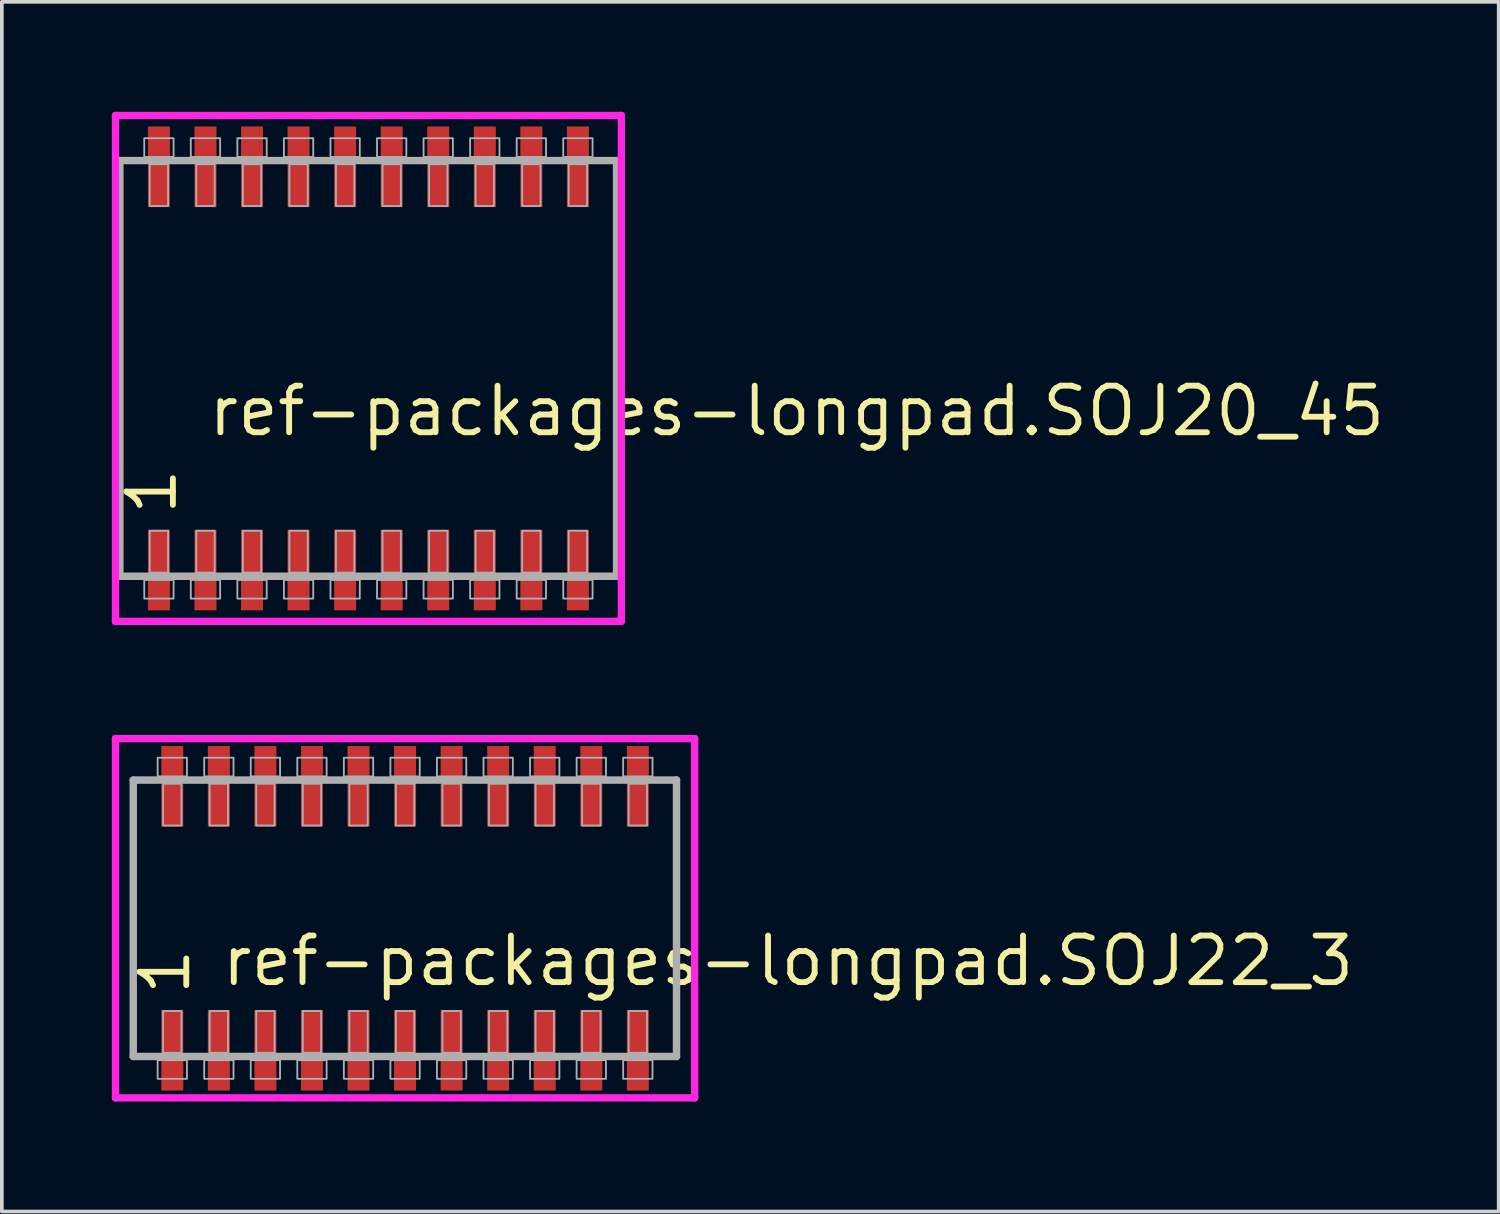
<source format=kicad_pcb>
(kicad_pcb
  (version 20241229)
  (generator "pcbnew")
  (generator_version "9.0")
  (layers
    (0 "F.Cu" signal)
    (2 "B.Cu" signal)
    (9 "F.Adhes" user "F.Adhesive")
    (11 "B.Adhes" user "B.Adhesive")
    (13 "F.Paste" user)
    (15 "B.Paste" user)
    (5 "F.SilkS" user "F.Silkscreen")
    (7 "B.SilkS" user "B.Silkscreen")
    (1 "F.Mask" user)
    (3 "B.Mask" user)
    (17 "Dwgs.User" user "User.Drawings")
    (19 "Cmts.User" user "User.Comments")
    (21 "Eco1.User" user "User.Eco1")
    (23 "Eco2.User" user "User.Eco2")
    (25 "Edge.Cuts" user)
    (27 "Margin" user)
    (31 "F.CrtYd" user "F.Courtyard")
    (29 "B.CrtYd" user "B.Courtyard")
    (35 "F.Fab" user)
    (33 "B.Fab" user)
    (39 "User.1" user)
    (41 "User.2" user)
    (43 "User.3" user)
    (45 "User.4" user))
  (footprint "ref-packages-longpad.SOJ22_3"
    (layer "F.Cu")
    (at 8 22)
    (property "Reference" "ref-packages-longpad.SOJ22_3" (at -5.08 1.905 0) (layer "F.SilkS") (effects (font (size 1.27 1.27) (thickness 0.16)) (justify left bottom)))
    (attr smd)
    (fp_line (start -7.9 -4.9) (end 7.9 -4.9) (stroke (width 0.2) (type default)) (layer "F.CrtYd"))
    (fp_line (start -7.9 4.9) (end -7.9 -4.9) (stroke (width 0.2) (type default)) (layer "F.CrtYd"))
    (fp_line (start 7.9 -4.9) (end 7.9 4.9) (stroke (width 0.2) (type default)) (layer "F.CrtYd"))
    (fp_line (start 7.9 4.9) (end -7.9 4.9) (stroke (width 0.2) (type default)) (layer "F.CrtYd"))
    (fp_line (start -7.415 -3.77) (end 7.405 -3.77) (stroke (width 0.203) (type default)) (layer "F.Fab"))
    (fp_line (start -7.415 3.77) (end -7.415 -3.77) (stroke (width 0.203) (type default)) (layer "F.Fab"))
    (fp_line (start 7.405 -3.77) (end 7.405 3.77) (stroke (width 0.203) (type default)) (layer "F.Fab"))
    (fp_line (start 7.405 3.77) (end -7.415 3.77) (stroke (width 0.203) (type default)) (layer "F.Fab"))
    (fp_rect (start -6.75 -3.87) (end -5.95 -4.38) (stroke (width 0.05) (type default)) (fill no) (layer "F.Fab"))
    (fp_rect (start -6.75 4.38) (end -5.95 3.87) (stroke (width 0.05) (type default)) (fill no) (layer "F.Fab"))
    (fp_rect (start -6.6 -2.53) (end -6.1 -3.67) (stroke (width 0.05) (type default)) (fill no) (layer "F.Fab"))
    (fp_rect (start -6.6 3.67) (end -6.1 2.53) (stroke (width 0.05) (type default)) (fill no) (layer "F.Fab"))
    (fp_rect (start -5.48 -3.87) (end -4.68 -4.38) (stroke (width 0.05) (type default)) (fill no) (layer "F.Fab"))
    (fp_rect (start -5.48 4.38) (end -4.68 3.87) (stroke (width 0.05) (type default)) (fill no) (layer "F.Fab"))
    (fp_rect (start -5.33 -2.53) (end -4.83 -3.67) (stroke (width 0.05) (type default)) (fill no) (layer "F.Fab"))
    (fp_rect (start -5.33 3.67) (end -4.83 2.53) (stroke (width 0.05) (type default)) (fill no) (layer "F.Fab"))
    (fp_rect (start -4.21 -3.87) (end -3.41 -4.38) (stroke (width 0.05) (type default)) (fill no) (layer "F.Fab"))
    (fp_rect (start -4.21 4.38) (end -3.41 3.87) (stroke (width 0.05) (type default)) (fill no) (layer "F.Fab"))
    (fp_rect (start -4.06 -2.53) (end -3.56 -3.67) (stroke (width 0.05) (type default)) (fill no) (layer "F.Fab"))
    (fp_rect (start -4.06 3.67) (end -3.56 2.53) (stroke (width 0.05) (type default)) (fill no) (layer "F.Fab"))
    (fp_rect (start -2.94 -3.87) (end -2.14 -4.38) (stroke (width 0.05) (type default)) (fill no) (layer "F.Fab"))
    (fp_rect (start -2.94 4.38) (end -2.14 3.87) (stroke (width 0.05) (type default)) (fill no) (layer "F.Fab"))
    (fp_rect (start -2.79 -2.53) (end -2.29 -3.67) (stroke (width 0.05) (type default)) (fill no) (layer "F.Fab"))
    (fp_rect (start -2.79 3.67) (end -2.29 2.53) (stroke (width 0.05) (type default)) (fill no) (layer "F.Fab"))
    (fp_rect (start -1.67 -3.87) (end -0.87 -4.38) (stroke (width 0.05) (type default)) (fill no) (layer "F.Fab"))
    (fp_rect (start -1.67 4.38) (end -0.87 3.87) (stroke (width 0.05) (type default)) (fill no) (layer "F.Fab"))
    (fp_rect (start -1.52 -2.53) (end -1.02 -3.67) (stroke (width 0.05) (type default)) (fill no) (layer "F.Fab"))
    (fp_rect (start -1.52 3.67) (end -1.02 2.53) (stroke (width 0.05) (type default)) (fill no) (layer "F.Fab"))
    (fp_rect (start -0.4 -3.87) (end 0.4 -4.38) (stroke (width 0.05) (type default)) (fill no) (layer "F.Fab"))
    (fp_rect (start -0.4 4.38) (end 0.4 3.87) (stroke (width 0.05) (type default)) (fill no) (layer "F.Fab"))
    (fp_rect (start -0.25 -2.53) (end 0.25 -3.67) (stroke (width 0.05) (type default)) (fill no) (layer "F.Fab"))
    (fp_rect (start -0.25 3.67) (end 0.25 2.53) (stroke (width 0.05) (type default)) (fill no) (layer "F.Fab"))
    (fp_rect (start 0.87 -3.87) (end 1.67 -4.38) (stroke (width 0.05) (type default)) (fill no) (layer "F.Fab"))
    (fp_rect (start 0.87 4.38) (end 1.67 3.87) (stroke (width 0.05) (type default)) (fill no) (layer "F.Fab"))
    (fp_rect (start 1.02 -2.53) (end 1.52 -3.67) (stroke (width 0.05) (type default)) (fill no) (layer "F.Fab"))
    (fp_rect (start 1.02 3.67) (end 1.52 2.53) (stroke (width 0.05) (type default)) (fill no) (layer "F.Fab"))
    (fp_rect (start 2.14 -3.87) (end 2.94 -4.38) (stroke (width 0.05) (type default)) (fill no) (layer "F.Fab"))
    (fp_rect (start 2.14 4.38) (end 2.94 3.87) (stroke (width 0.05) (type default)) (fill no) (layer "F.Fab"))
    (fp_rect (start 2.29 -2.53) (end 2.79 -3.67) (stroke (width 0.05) (type default)) (fill no) (layer "F.Fab"))
    (fp_rect (start 2.29 3.67) (end 2.79 2.53) (stroke (width 0.05) (type default)) (fill no) (layer "F.Fab"))
    (fp_rect (start 3.41 -3.87) (end 4.21 -4.38) (stroke (width 0.05) (type default)) (fill no) (layer "F.Fab"))
    (fp_rect (start 3.41 4.38) (end 4.21 3.87) (stroke (width 0.05) (type default)) (fill no) (layer "F.Fab"))
    (fp_rect (start 3.56 -2.53) (end 4.06 -3.67) (stroke (width 0.05) (type default)) (fill no) (layer "F.Fab"))
    (fp_rect (start 3.56 3.67) (end 4.06 2.53) (stroke (width 0.05) (type default)) (fill no) (layer "F.Fab"))
    (fp_rect (start 4.68 -3.87) (end 5.48 -4.38) (stroke (width 0.05) (type default)) (fill no) (layer "F.Fab"))
    (fp_rect (start 4.68 4.38) (end 5.48 3.87) (stroke (width 0.05) (type default)) (fill no) (layer "F.Fab"))
    (fp_rect (start 4.83 -2.53) (end 5.33 -3.67) (stroke (width 0.05) (type default)) (fill no) (layer "F.Fab"))
    (fp_rect (start 4.83 3.67) (end 5.33 2.53) (stroke (width 0.05) (type default)) (fill no) (layer "F.Fab"))
    (fp_rect (start 5.95 -3.87) (end 6.75 -4.38) (stroke (width 0.05) (type default)) (fill no) (layer "F.Fab"))
    (fp_rect (start 5.95 4.38) (end 6.75 3.87) (stroke (width 0.05) (type default)) (fill no) (layer "F.Fab"))
    (fp_rect (start 6.1 -2.53) (end 6.6 -3.67) (stroke (width 0.05) (type default)) (fill no) (layer "F.Fab"))
    (fp_rect (start 6.1 3.67) (end 6.6 2.53) (stroke (width 0.05) (type default)) (fill no) (layer "F.Fab"))
    (fp_text user "1" (at -5.805 2.17 90) (layer "F.SilkS") (effects (font (size 1.27 1.27) (thickness 0.16)) (justify left bottom)))
    (pad "1" smd roundrect (at -6.35 3.6) (size 0.6 2.2) (layers "F.Cu" "F.Mask" "F.Paste") (roundrect_rratio 0.01))
    (pad "2" smd roundrect (at -5.08 3.6) (size 0.6 2.2) (layers "F.Cu" "F.Mask" "F.Paste") (roundrect_rratio 0.01))
    (pad "3" smd roundrect (at -3.81 3.6) (size 0.6 2.2) (layers "F.Cu" "F.Mask" "F.Paste") (roundrect_rratio 0.01))
    (pad "4" smd roundrect (at -2.54 3.6) (size 0.6 2.2) (layers "F.Cu" "F.Mask" "F.Paste") (roundrect_rratio 0.01))
    (pad "5" smd roundrect (at -1.27 3.6) (size 0.6 2.2) (layers "F.Cu" "F.Mask" "F.Paste") (roundrect_rratio 0.01))
    (pad "6" smd roundrect (at 0 3.6) (size 0.6 2.2) (layers "F.Cu" "F.Mask" "F.Paste") (roundrect_rratio 0.01))
    (pad "7" smd roundrect (at 1.27 3.6) (size 0.6 2.2) (layers "F.Cu" "F.Mask" "F.Paste") (roundrect_rratio 0.01))
    (pad "8" smd roundrect (at 2.54 3.6) (size 0.6 2.2) (layers "F.Cu" "F.Mask" "F.Paste") (roundrect_rratio 0.01))
    (pad "9" smd roundrect (at 3.81 3.6) (size 0.6 2.2) (layers "F.Cu" "F.Mask" "F.Paste") (roundrect_rratio 0.01))
    (pad "10" smd roundrect (at 5.08 3.6) (size 0.6 2.2) (layers "F.Cu" "F.Mask" "F.Paste") (roundrect_rratio 0.01))
    (pad "11" smd roundrect (at 6.35 3.6) (size 0.6 2.2) (layers "F.Cu" "F.Mask" "F.Paste") (roundrect_rratio 0.01))
    (pad "12" smd roundrect (at 6.35 -3.6) (size 0.6 2.2) (layers "F.Cu" "F.Mask" "F.Paste") (roundrect_rratio 0.01))
    (pad "13" smd roundrect (at 5.08 -3.6) (size 0.6 2.2) (layers "F.Cu" "F.Mask" "F.Paste") (roundrect_rratio 0.01))
    (pad "14" smd roundrect (at 3.81 -3.6) (size 0.6 2.2) (layers "F.Cu" "F.Mask" "F.Paste") (roundrect_rratio 0.01))
    (pad "15" smd roundrect (at 2.54 -3.6) (size 0.6 2.2) (layers "F.Cu" "F.Mask" "F.Paste") (roundrect_rratio 0.01))
    (pad "16" smd roundrect (at 1.27 -3.6) (size 0.6 2.2) (layers "F.Cu" "F.Mask" "F.Paste") (roundrect_rratio 0.01))
    (pad "17" smd roundrect (at 0 -3.6) (size 0.6 2.2) (layers "F.Cu" "F.Mask" "F.Paste") (roundrect_rratio 0.01))
    (pad "18" smd roundrect (at -1.27 -3.6) (size 0.6 2.2) (layers "F.Cu" "F.Mask" "F.Paste") (roundrect_rratio 0.01))
    (pad "19" smd roundrect (at -2.54 -3.6) (size 0.6 2.2) (layers "F.Cu" "F.Mask" "F.Paste") (roundrect_rratio 0.01))
    (pad "20" smd roundrect (at -3.81 -3.6) (size 0.6 2.2) (layers "F.Cu" "F.Mask" "F.Paste") (roundrect_rratio 0.01))
    (pad "21" smd roundrect (at -5.08 -3.6) (size 0.6 2.2) (layers "F.Cu" "F.Mask" "F.Paste") (roundrect_rratio 0.01))
    (pad "22" smd roundrect (at -6.35 -3.6) (size 0.6 2.2) (layers "F.Cu" "F.Mask" "F.Paste") (roundrect_rratio 0.01)))
  (footprint "ref-packages-longpad.SOJ20_45"
    (layer "F.Cu")
    (at 7 7)
    (property "Reference" "ref-packages-longpad.SOJ20_45" (at -4.445 1.905 0) (layer "F.SilkS") (effects (font (size 1.27 1.27) (thickness 0.16)) (justify left bottom)))
    (attr smd)
    (fp_line (start -6.9 -6.9) (end 6.9 -6.9) (stroke (width 0.2) (type default)) (layer "F.CrtYd"))
    (fp_line (start -6.9 6.9) (end -6.9 -6.9) (stroke (width 0.2) (type default)) (layer "F.CrtYd"))
    (fp_line (start 6.9 -6.9) (end 6.9 6.9) (stroke (width 0.2) (type default)) (layer "F.CrtYd"))
    (fp_line (start 6.9 6.9) (end -6.9 6.9) (stroke (width 0.2) (type default)) (layer "F.CrtYd"))
    (fp_line (start -6.78 -5.67) (end 6.77 -5.67) (stroke (width 0.203) (type default)) (layer "F.Fab"))
    (fp_line (start -6.78 5.67) (end -6.78 -5.67) (stroke (width 0.203) (type default)) (layer "F.Fab"))
    (fp_line (start 6.77 -5.67) (end 6.77 5.67) (stroke (width 0.203) (type default)) (layer "F.Fab"))
    (fp_line (start 6.77 5.67) (end -6.78 5.67) (stroke (width 0.203) (type default)) (layer "F.Fab"))
    (fp_rect (start -6.115 -5.77) (end -5.315 -6.28) (stroke (width 0.05) (type default)) (fill no) (layer "F.Fab"))
    (fp_rect (start -6.115 6.28) (end -5.315 5.77) (stroke (width 0.05) (type default)) (fill no) (layer "F.Fab"))
    (fp_rect (start -5.965 -4.43) (end -5.465 -5.57) (stroke (width 0.05) (type default)) (fill no) (layer "F.Fab"))
    (fp_rect (start -5.965 5.57) (end -5.465 4.43) (stroke (width 0.05) (type default)) (fill no) (layer "F.Fab"))
    (fp_rect (start -4.845 -5.77) (end -4.045 -6.28) (stroke (width 0.05) (type default)) (fill no) (layer "F.Fab"))
    (fp_rect (start -4.845 6.28) (end -4.045 5.77) (stroke (width 0.05) (type default)) (fill no) (layer "F.Fab"))
    (fp_rect (start -4.695 -4.43) (end -4.195 -5.57) (stroke (width 0.05) (type default)) (fill no) (layer "F.Fab"))
    (fp_rect (start -4.695 5.57) (end -4.195 4.43) (stroke (width 0.05) (type default)) (fill no) (layer "F.Fab"))
    (fp_rect (start -3.575 -5.77) (end -2.775 -6.28) (stroke (width 0.05) (type default)) (fill no) (layer "F.Fab"))
    (fp_rect (start -3.575 6.28) (end -2.775 5.77) (stroke (width 0.05) (type default)) (fill no) (layer "F.Fab"))
    (fp_rect (start -3.425 -4.43) (end -2.925 -5.57) (stroke (width 0.05) (type default)) (fill no) (layer "F.Fab"))
    (fp_rect (start -3.425 5.57) (end -2.925 4.43) (stroke (width 0.05) (type default)) (fill no) (layer "F.Fab"))
    (fp_rect (start -2.305 -5.77) (end -1.505 -6.28) (stroke (width 0.05) (type default)) (fill no) (layer "F.Fab"))
    (fp_rect (start -2.305 6.28) (end -1.505 5.77) (stroke (width 0.05) (type default)) (fill no) (layer "F.Fab"))
    (fp_rect (start -2.155 -4.43) (end -1.655 -5.57) (stroke (width 0.05) (type default)) (fill no) (layer "F.Fab"))
    (fp_rect (start -2.155 5.57) (end -1.655 4.43) (stroke (width 0.05) (type default)) (fill no) (layer "F.Fab"))
    (fp_rect (start -1.035 -5.77) (end -0.235 -6.28) (stroke (width 0.05) (type default)) (fill no) (layer "F.Fab"))
    (fp_rect (start -1.035 6.28) (end -0.235 5.77) (stroke (width 0.05) (type default)) (fill no) (layer "F.Fab"))
    (fp_rect (start -0.885 -4.43) (end -0.385 -5.57) (stroke (width 0.05) (type default)) (fill no) (layer "F.Fab"))
    (fp_rect (start -0.885 5.57) (end -0.385 4.43) (stroke (width 0.05) (type default)) (fill no) (layer "F.Fab"))
    (fp_rect (start 0.235 -5.77) (end 1.035 -6.28) (stroke (width 0.05) (type default)) (fill no) (layer "F.Fab"))
    (fp_rect (start 0.235 6.28) (end 1.035 5.77) (stroke (width 0.05) (type default)) (fill no) (layer "F.Fab"))
    (fp_rect (start 0.385 -4.43) (end 0.885 -5.57) (stroke (width 0.05) (type default)) (fill no) (layer "F.Fab"))
    (fp_rect (start 0.385 5.57) (end 0.885 4.43) (stroke (width 0.05) (type default)) (fill no) (layer "F.Fab"))
    (fp_rect (start 1.505 -5.77) (end 2.305 -6.28) (stroke (width 0.05) (type default)) (fill no) (layer "F.Fab"))
    (fp_rect (start 1.505 6.28) (end 2.305 5.77) (stroke (width 0.05) (type default)) (fill no) (layer "F.Fab"))
    (fp_rect (start 1.655 -4.43) (end 2.155 -5.57) (stroke (width 0.05) (type default)) (fill no) (layer "F.Fab"))
    (fp_rect (start 1.655 5.57) (end 2.155 4.43) (stroke (width 0.05) (type default)) (fill no) (layer "F.Fab"))
    (fp_rect (start 2.775 -5.77) (end 3.575 -6.28) (stroke (width 0.05) (type default)) (fill no) (layer "F.Fab"))
    (fp_rect (start 2.775 6.28) (end 3.575 5.77) (stroke (width 0.05) (type default)) (fill no) (layer "F.Fab"))
    (fp_rect (start 2.925 -4.43) (end 3.425 -5.57) (stroke (width 0.05) (type default)) (fill no) (layer "F.Fab"))
    (fp_rect (start 2.925 5.57) (end 3.425 4.43) (stroke (width 0.05) (type default)) (fill no) (layer "F.Fab"))
    (fp_rect (start 4.045 -5.77) (end 4.845 -6.28) (stroke (width 0.05) (type default)) (fill no) (layer "F.Fab"))
    (fp_rect (start 4.045 6.28) (end 4.845 5.77) (stroke (width 0.05) (type default)) (fill no) (layer "F.Fab"))
    (fp_rect (start 4.195 -4.43) (end 4.695 -5.57) (stroke (width 0.05) (type default)) (fill no) (layer "F.Fab"))
    (fp_rect (start 4.195 5.57) (end 4.695 4.43) (stroke (width 0.05) (type default)) (fill no) (layer "F.Fab"))
    (fp_rect (start 5.315 -5.77) (end 6.115 -6.28) (stroke (width 0.05) (type default)) (fill no) (layer "F.Fab"))
    (fp_rect (start 5.315 6.28) (end 6.115 5.77) (stroke (width 0.05) (type default)) (fill no) (layer "F.Fab"))
    (fp_rect (start 5.465 -4.43) (end 5.965 -5.57) (stroke (width 0.05) (type default)) (fill no) (layer "F.Fab"))
    (fp_rect (start 5.465 5.57) (end 5.965 4.43) (stroke (width 0.05) (type default)) (fill no) (layer "F.Fab"))
    (fp_text user "1" (at -5.17 4.07 90) (layer "F.SilkS") (effects (font (size 1.27 1.27) (thickness 0.16)) (justify left bottom)))
    (pad "1" smd roundrect (at -5.715 5.5) (size 0.6 2.2) (layers "F.Cu" "F.Mask" "F.Paste") (roundrect_rratio 0.01))
    (pad "2" smd roundrect (at -4.445 5.5) (size 0.6 2.2) (layers "F.Cu" "F.Mask" "F.Paste") (roundrect_rratio 0.01))
    (pad "3" smd roundrect (at -3.175 5.5) (size 0.6 2.2) (layers "F.Cu" "F.Mask" "F.Paste") (roundrect_rratio 0.01))
    (pad "4" smd roundrect (at -1.905 5.5) (size 0.6 2.2) (layers "F.Cu" "F.Mask" "F.Paste") (roundrect_rratio 0.01))
    (pad "5" smd roundrect (at -0.635 5.5) (size 0.6 2.2) (layers "F.Cu" "F.Mask" "F.Paste") (roundrect_rratio 0.01))
    (pad "6" smd roundrect (at 0.635 5.5) (size 0.6 2.2) (layers "F.Cu" "F.Mask" "F.Paste") (roundrect_rratio 0.01))
    (pad "7" smd roundrect (at 1.905 5.5) (size 0.6 2.2) (layers "F.Cu" "F.Mask" "F.Paste") (roundrect_rratio 0.01))
    (pad "8" smd roundrect (at 3.175 5.5) (size 0.6 2.2) (layers "F.Cu" "F.Mask" "F.Paste") (roundrect_rratio 0.01))
    (pad "9" smd roundrect (at 4.445 5.5) (size 0.6 2.2) (layers "F.Cu" "F.Mask" "F.Paste") (roundrect_rratio 0.01))
    (pad "10" smd roundrect (at 5.715 5.5) (size 0.6 2.2) (layers "F.Cu" "F.Mask" "F.Paste") (roundrect_rratio 0.01))
    (pad "11" smd roundrect (at 5.715 -5.5) (size 0.6 2.2) (layers "F.Cu" "F.Mask" "F.Paste") (roundrect_rratio 0.01))
    (pad "12" smd roundrect (at 4.445 -5.5) (size 0.6 2.2) (layers "F.Cu" "F.Mask" "F.Paste") (roundrect_rratio 0.01))
    (pad "13" smd roundrect (at 3.175 -5.5) (size 0.6 2.2) (layers "F.Cu" "F.Mask" "F.Paste") (roundrect_rratio 0.01))
    (pad "14" smd roundrect (at 1.905 -5.5) (size 0.6 2.2) (layers "F.Cu" "F.Mask" "F.Paste") (roundrect_rratio 0.01))
    (pad "15" smd roundrect (at 0.635 -5.5) (size 0.6 2.2) (layers "F.Cu" "F.Mask" "F.Paste") (roundrect_rratio 0.01))
    (pad "16" smd roundrect (at -0.635 -5.5) (size 0.6 2.2) (layers "F.Cu" "F.Mask" "F.Paste") (roundrect_rratio 0.01))
    (pad "17" smd roundrect (at -1.905 -5.5) (size 0.6 2.2) (layers "F.Cu" "F.Mask" "F.Paste") (roundrect_rratio 0.01))
    (pad "18" smd roundrect (at -3.175 -5.5) (size 0.6 2.2) (layers "F.Cu" "F.Mask" "F.Paste") (roundrect_rratio 0.01))
    (pad "19" smd roundrect (at -4.445 -5.5) (size 0.6 2.2) (layers "F.Cu" "F.Mask" "F.Paste") (roundrect_rratio 0.01))
    (pad "20" smd roundrect (at -5.715 -5.5) (size 0.6 2.2) (layers "F.Cu" "F.Mask" "F.Paste") (roundrect_rratio 0.01)))
  (gr_rect
    (start -3 -3)
    (end 37.833 30)
    (stroke (width 0.1) (type default))
    (fill no)
    (layer "Edge.Cuts")))
</source>
